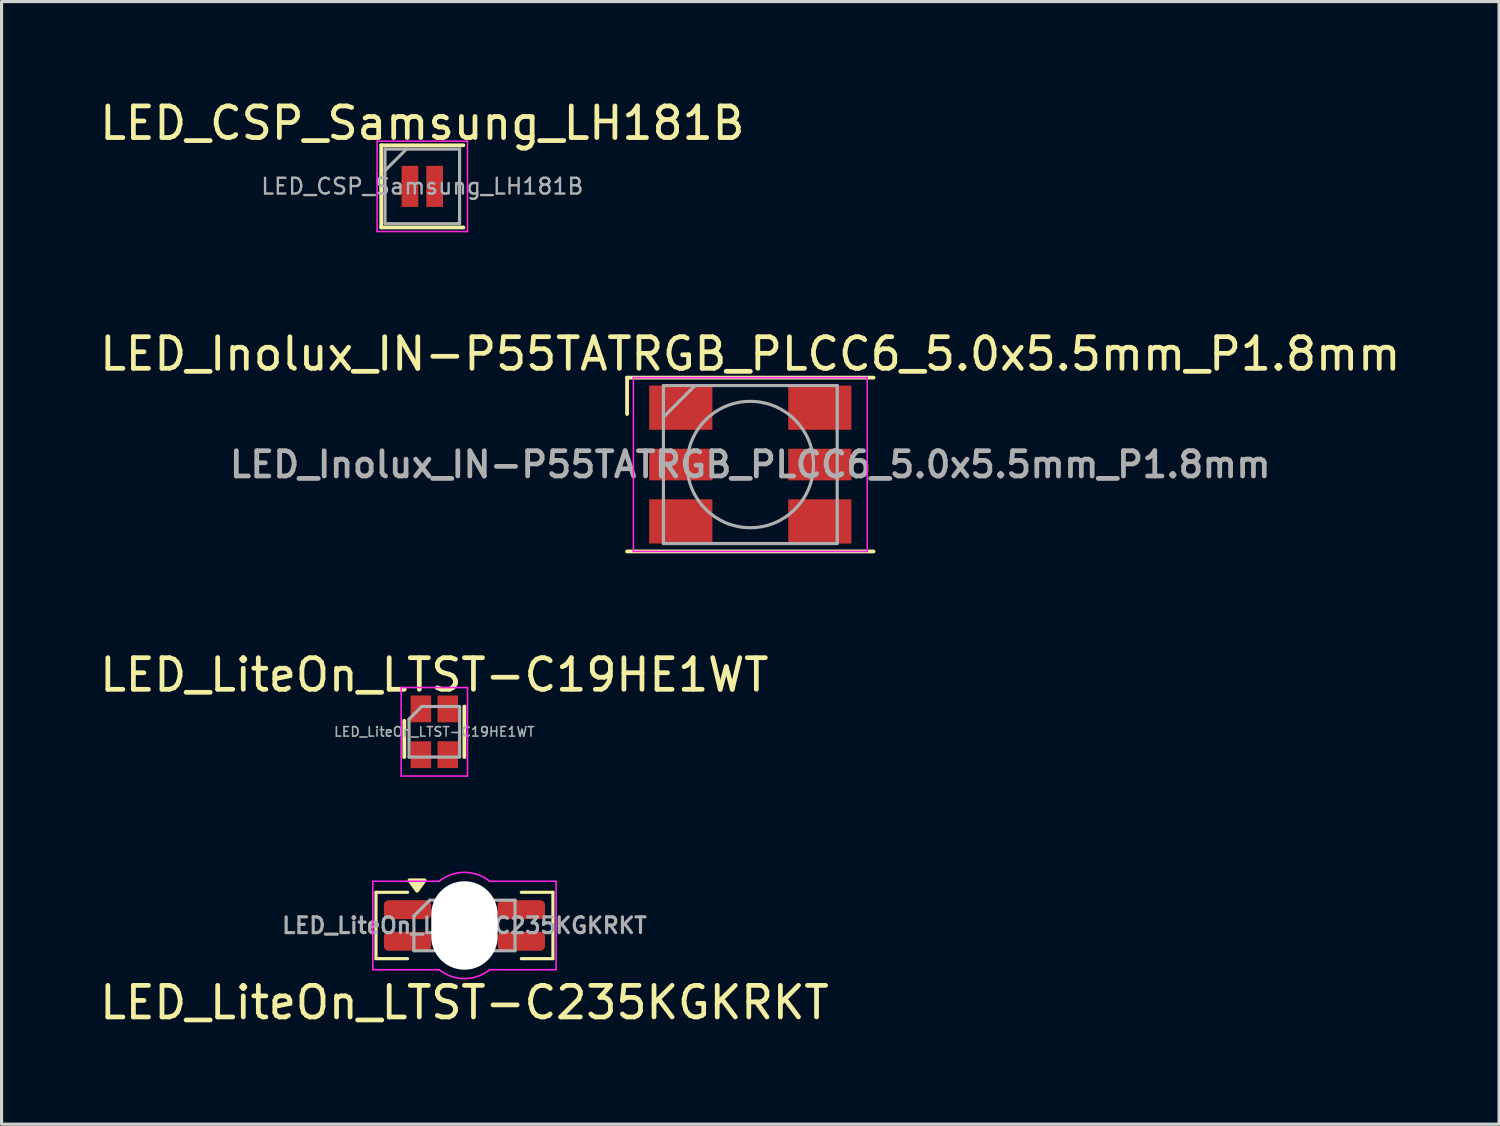
<source format=kicad_pcb>
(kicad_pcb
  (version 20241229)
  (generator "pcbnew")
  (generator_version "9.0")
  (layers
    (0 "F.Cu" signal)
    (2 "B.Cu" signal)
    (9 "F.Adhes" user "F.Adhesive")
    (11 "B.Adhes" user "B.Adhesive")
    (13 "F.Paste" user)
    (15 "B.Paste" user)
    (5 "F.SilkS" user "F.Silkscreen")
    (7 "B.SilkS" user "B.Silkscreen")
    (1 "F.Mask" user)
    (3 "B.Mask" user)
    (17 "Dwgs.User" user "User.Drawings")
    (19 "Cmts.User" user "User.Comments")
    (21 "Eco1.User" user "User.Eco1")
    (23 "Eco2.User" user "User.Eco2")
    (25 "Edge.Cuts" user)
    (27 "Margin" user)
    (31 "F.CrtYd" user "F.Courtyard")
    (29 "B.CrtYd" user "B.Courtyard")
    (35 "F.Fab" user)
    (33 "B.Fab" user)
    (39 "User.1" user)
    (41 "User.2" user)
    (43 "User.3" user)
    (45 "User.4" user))
  (footprint "LED_LiteOn_LTST-C19HE1WT"
    (layer "F.Cu")
    (at 10.696 20.11)
    (property "Reference" "LED_LiteOn_LTST-C19HE1WT" (at 0 -1.8 0) (layer "F.SilkS") (effects (font (size 1 1) (thickness 0.15))))
    (attr smd)
    (fp_line (start -0.95 -0.35) (end -0.95 0.8) (stroke (width 0.12) (type solid)) (layer "F.SilkS"))
    (fp_line (start 0.95 -0.8) (end 0.95 0.8) (stroke (width 0.12) (type solid)) (layer "F.SilkS"))
    (fp_line (start -1.05 -1.4) (end 1.05 -1.4) (stroke (width 0.05) (type solid)) (layer "F.CrtYd"))
    (fp_line (start -1.05 1.4) (end -1.05 -1.4) (stroke (width 0.05) (type solid)) (layer "F.CrtYd"))
    (fp_line (start 1.05 -1.4) (end 1.05 1.4) (stroke (width 0.05) (type solid)) (layer "F.CrtYd"))
    (fp_line (start 1.05 1.4) (end -1.05 1.4) (stroke (width 0.05) (type solid)) (layer "F.CrtYd"))
    (fp_line (start -0.8 -0.4) (end -0.8 0.8) (stroke (width 0.1) (type solid)) (layer "F.Fab"))
    (fp_line (start -0.8 0.8) (end 0.8 0.8) (stroke (width 0.1) (type solid)) (layer "F.Fab"))
    (fp_line (start -0.4 -0.8) (end -0.8 -0.4) (stroke (width 0.1) (type solid)) (layer "F.Fab"))
    (fp_line (start 0.8 -0.8) (end -0.4 -0.8) (stroke (width 0.1) (type solid)) (layer "F.Fab"))
    (fp_line (start 0.8 0.8) (end 0.8 -0.8) (stroke (width 0.1) (type solid)) (layer "F.Fab"))
    (fp_text user "${REFERENCE}" (at 0 0 0) (layer "F.Fab") (effects (font (size 0.3 0.3) (thickness 0.05))))
    (pad "1" smd rect (at -0.425 -0.725) (size 0.65 0.85) (layers "F.Cu" "F.Mask" "F.Paste"))
    (pad "2" smd rect (at 0.425 -0.725) (size 0.65 0.85) (layers "F.Cu" "F.Mask" "F.Paste"))
    (pad "3" smd rect (at 0.425 0.725) (size 0.65 0.85) (layers "F.Cu" "F.Mask" "F.Paste"))
    (pad "4" smd rect (at -0.425 0.725) (size 0.65 0.85) (layers "F.Cu" "F.Mask" "F.Paste")))
  (footprint "LED_LiteOn_LTST-C235KGKRKT"
    (layer "F.Cu")
    (at 11.649 26.24)
    (property "Reference" "LED_LiteOn_LTST-C235KGKRKT" (at 0 2.44 0) (layer "F.SilkS") (effects (font (size 1 1) (thickness 0.15))))
    (attr smd)
    (fp_line (start -2.8 -1.05) (end -2.8 1.05) (stroke (width 0.1) (type default)) (layer "F.SilkS"))
    (fp_line (start -2.8 1.05) (end -1.8 1.05) (stroke (width 0.1) (type default)) (layer "F.SilkS"))
    (fp_line (start -1.8 -1.05) (end -2.8 -1.05) (stroke (width 0.1) (type default)) (layer "F.SilkS"))
    (fp_line (start 1.8 -1.05) (end 2.8 -1.05) (stroke (width 0.1) (type default)) (layer "F.SilkS"))
    (fp_line (start 2.8 -1.05) (end 2.8 1.05) (stroke (width 0.1) (type default)) (layer "F.SilkS"))
    (fp_line (start 2.8 1.05) (end 1.8 1.05) (stroke (width 0.1) (type default)) (layer "F.SilkS"))
    (fp_poly (pts (xy -1.5 -1.1) (xy -1.74 -1.43) (xy -1.26 -1.43) (xy -1.5 -1.1)) (stroke (width 0.12) (type solid)) (fill yes) (layer "F.SilkS"))
    (fp_line (start -2.9 -1.4) (end -0.8 -1.4) (stroke (width 0.05) (type solid)) (layer "F.CrtYd"))
    (fp_line (start -2.9 1.4) (end -2.9 -1.4) (stroke (width 0.05) (type solid)) (layer "F.CrtYd"))
    (fp_line (start -0.8 1.4) (end -2.9 1.4) (stroke (width 0.05) (type solid)) (layer "F.CrtYd"))
    (fp_line (start 0.8 -1.4) (end 2.9 -1.4) (stroke (width 0.05) (type solid)) (layer "F.CrtYd"))
    (fp_line (start 2.9 -1.4) (end 2.9 1.4) (stroke (width 0.05) (type solid)) (layer "F.CrtYd"))
    (fp_line (start 2.9 1.4) (end 0.8 1.4) (stroke (width 0.05) (type solid)) (layer "F.CrtYd"))
    (fp_arc (start -0.800001 -1.399998) (mid -0.000001 -1.680624) (end 0.799999 -1.399999) (stroke (width 0.05) (type default)) (layer "F.CrtYd"))
    (fp_arc (start 0.800001 1.399998) (mid 0.000001 1.680624) (end -0.799999 1.399999) (stroke (width 0.05) (type default)) (layer "F.CrtYd"))
    (fp_line (start -1.6 -0.3) (end -1.6 0.8) (stroke (width 0.1) (type default)) (layer "F.Fab"))
    (fp_line (start -1.6 0.8) (end 1.6 0.8) (stroke (width 0.1) (type default)) (layer "F.Fab"))
    (fp_line (start -1.1 -0.8) (end -1.6 -0.3) (stroke (width 0.1) (type default)) (layer "F.Fab"))
    (fp_line (start -0.8 -0.75) (end 0.8 -0.75) (stroke (width 0.1) (type default)) (layer "F.Fab"))
    (fp_line (start -0.8 0.75) (end -0.8 -0.75) (stroke (width 0.1) (type default)) (layer "F.Fab"))
    (fp_line (start 0.8 -0.75) (end 0.8 0.75) (stroke (width 0.1) (type default)) (layer "F.Fab"))
    (fp_line (start 0.8 0.75) (end -0.8 0.75) (stroke (width 0.1) (type default)) (layer "F.Fab"))
    (fp_line (start 1.6 -0.8) (end -1.1 -0.8) (stroke (width 0.1) (type default)) (layer "F.Fab"))
    (fp_line (start 1.6 0.8) (end 1.6 -0.8) (stroke (width 0.1) (type default)) (layer "F.Fab"))
    (fp_text user "${REFERENCE}" (at 0 0 0) (layer "F.Fab") (effects (font (size 0.5 0.5) (thickness 0.1) (bold yes))))
    (pad "" np_thru_hole oval (at 0 0) (size 2.1 2.8) (drill oval 2.1 2.8) (layers "*.Cu" "*.Mask"))
    (pad "1" smd roundrect (at -1.8 -0.5 180) (size 1.5 0.6) (layers "F.Cu" "F.Mask" "F.Paste") (roundrect_rratio 0.25))
    (pad "2" smd roundrect (at 1.8 -0.5 180) (size 1.5 0.6) (layers "F.Cu" "F.Mask" "F.Paste") (roundrect_rratio 0.25))
    (pad "3" smd roundrect (at 1.8 0.5 180) (size 1.5 0.6) (layers "F.Cu" "F.Mask" "F.Paste") (roundrect_rratio 0.25))
    (pad "4" smd roundrect (at -1.8 0.5 180) (size 1.5 0.6) (layers "F.Cu" "F.Mask" "F.Paste") (roundrect_rratio 0.25)))
  (footprint "LED_CSP_Samsung_LH181B"
    (layer "F.Cu")
    (at 10.315 2.848)
    (property "Reference" "LED_CSP_Samsung_LH181B" (at 0 -2 0) (layer "F.SilkS") (effects (font (size 1 1) (thickness 0.15))))
    (attr smd)
    (fp_line (start -1.3 -1.3) (end 1.3 -1.3) (stroke (width 0.12) (type solid)) (layer "F.SilkS"))
    (fp_line (start -1.3 1.3) (end -1.3 -1.3) (stroke (width 0.12) (type solid)) (layer "F.SilkS"))
    (fp_line (start 1.3 1.3) (end -1.3 1.3) (stroke (width 0.12) (type solid)) (layer "F.SilkS"))
    (fp_line (start -1.43 -1.43) (end 1.43 -1.43) (stroke (width 0.05) (type solid)) (layer "F.CrtYd"))
    (fp_line (start -1.43 1.43) (end -1.43 -1.43) (stroke (width 0.05) (type solid)) (layer "F.CrtYd"))
    (fp_line (start 1.43 -1.43) (end 1.43 1.43) (stroke (width 0.05) (type solid)) (layer "F.CrtYd"))
    (fp_line (start 1.43 1.43) (end -1.43 1.43) (stroke (width 0.05) (type solid)) (layer "F.CrtYd"))
    (fp_line (start -1.18 -1.18) (end 1.18 -1.18) (stroke (width 0.1) (type solid)) (layer "F.Fab"))
    (fp_line (start -1.18 -0.5) (end -0.5 -1.18) (stroke (width 0.1) (type solid)) (layer "F.Fab"))
    (fp_line (start -1.18 1.18) (end -1.18 -1.18) (stroke (width 0.1) (type solid)) (layer "F.Fab"))
    (fp_line (start 1.18 -1.18) (end 1.18 1.18) (stroke (width 0.1) (type solid)) (layer "F.Fab"))
    (fp_line (start 1.18 1.18) (end -1.18 1.18) (stroke (width 0.1) (type solid)) (layer "F.Fab"))
    (fp_text user "${REFERENCE}" (at 0 0 0) (layer "F.Fab") (effects (font (size 0.5 0.5) (thickness 0.075))))
    (pad "1" smd rect (at -0.39 0 90) (size 1.3 0.53) (layers "F.Cu" "F.Mask" "F.Paste"))
    (pad "2" smd rect (at 0.39 0 90) (size 1.3 0.53) (layers "F.Cu" "F.Mask" "F.Paste")))
  (footprint "LED_Inolux_IN-P55TATRGB_PLCC6_5.0x5.5mm_P1.8mm"
    (layer "F.Cu")
    (at 20.696 11.652)
    (property "Reference" "LED_Inolux_IN-P55TATRGB_PLCC6_5.0x5.5mm_P1.8mm" (at 0 -3.5 0) (layer "F.SilkS") (effects (font (size 1 1) (thickness 0.15))))
    (attr smd)
    (fp_line (start -3.9 -2.75) (end 3.9 -2.75) (stroke (width 0.12) (type solid)) (layer "F.SilkS"))
    (fp_line (start -3.9 -1.6) (end -3.9 -2.75) (stroke (width 0.12) (type solid)) (layer "F.SilkS"))
    (fp_line (start -3.9 2.75) (end 3.9 2.75) (stroke (width 0.12) (type solid)) (layer "F.SilkS"))
    (fp_line (start -3.7 -2.75) (end -3.7 2.75) (stroke (width 0.05) (type solid)) (layer "F.CrtYd"))
    (fp_line (start -3.7 2.75) (end 3.7 2.75) (stroke (width 0.05) (type solid)) (layer "F.CrtYd"))
    (fp_line (start 3.7 -2.75) (end -3.7 -2.75) (stroke (width 0.05) (type solid)) (layer "F.CrtYd"))
    (fp_line (start 3.7 2.75) (end 3.7 -2.75) (stroke (width 0.05) (type solid)) (layer "F.CrtYd"))
    (fp_line (start -2.75 -2.5) (end 2.75 -2.5) (stroke (width 0.1) (type solid)) (layer "F.Fab"))
    (fp_line (start -2.75 -1.5) (end -1.75 -2.5) (stroke (width 0.1) (type solid)) (layer "F.Fab"))
    (fp_line (start -2.75 2.5) (end -2.75 -2.5) (stroke (width 0.1) (type solid)) (layer "F.Fab"))
    (fp_line (start 2.75 -2.5) (end 2.75 2.5) (stroke (width 0.1) (type solid)) (layer "F.Fab"))
    (fp_line (start 2.75 2.5) (end -2.75 2.5) (stroke (width 0.1) (type solid)) (layer "F.Fab"))
    (fp_circle (center 0 0) (end 0 -2) (stroke (width 0.1) (type solid)) (fill no) (layer "F.Fab"))
    (fp_text user "${REFERENCE}" (at 0 0 0) (layer "F.Fab") (effects (font (size 0.8 0.8) (thickness 0.15))))
    (pad "1" smd rect (at -2.2 -1.8) (size 2 1.4) (layers "F.Cu" "F.Mask" "F.Paste"))
    (pad "2" smd rect (at -2.2 0) (size 2 1) (layers "F.Cu" "F.Mask" "F.Paste"))
    (pad "3" smd rect (at -2.2 1.8) (size 2 1.4) (layers "F.Cu" "F.Mask" "F.Paste"))
    (pad "4" smd rect (at 2.2 1.8) (size 2 1.4) (layers "F.Cu" "F.Mask" "F.Paste"))
    (pad "5" smd rect (at 2.2 0) (size 2 1) (layers "F.Cu" "F.Mask" "F.Paste"))
    (pad "6" smd rect (at 2.2 -1.8) (size 2 1.4) (layers "F.Cu" "F.Mask" "F.Paste")))
  (gr_rect
    (start -3 -3)
    (end 44.393 32.529)
    (stroke (width 0.1) (type default))
    (fill no)
    (layer "Edge.Cuts")))
</source>
